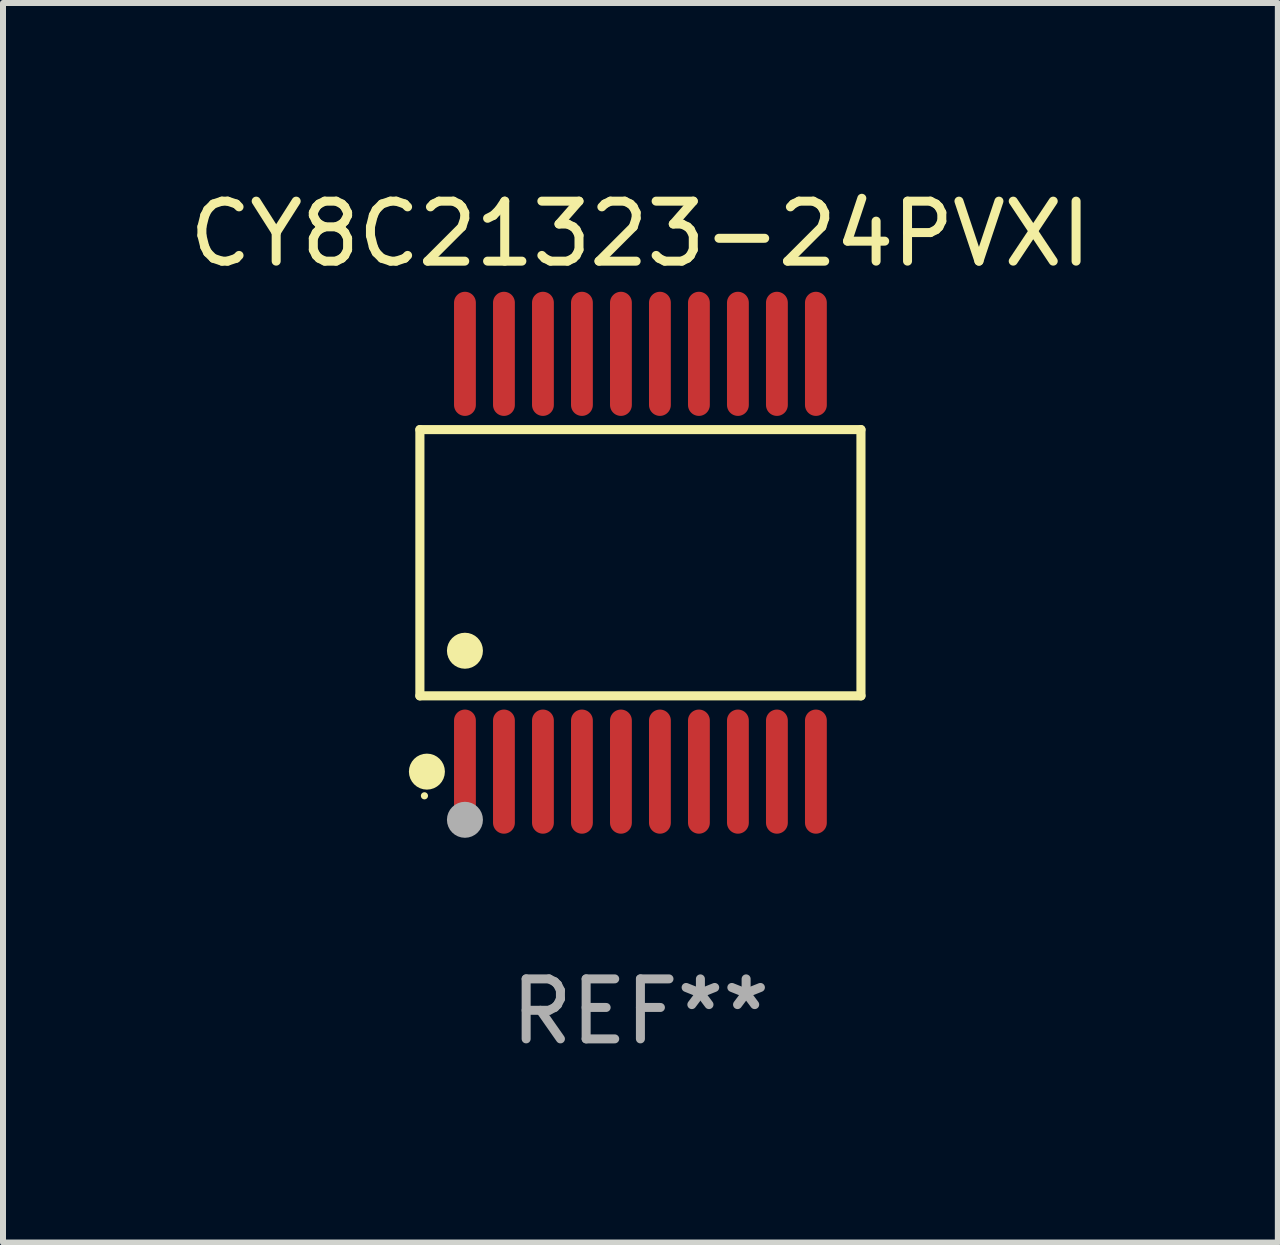
<source format=kicad_pcb>
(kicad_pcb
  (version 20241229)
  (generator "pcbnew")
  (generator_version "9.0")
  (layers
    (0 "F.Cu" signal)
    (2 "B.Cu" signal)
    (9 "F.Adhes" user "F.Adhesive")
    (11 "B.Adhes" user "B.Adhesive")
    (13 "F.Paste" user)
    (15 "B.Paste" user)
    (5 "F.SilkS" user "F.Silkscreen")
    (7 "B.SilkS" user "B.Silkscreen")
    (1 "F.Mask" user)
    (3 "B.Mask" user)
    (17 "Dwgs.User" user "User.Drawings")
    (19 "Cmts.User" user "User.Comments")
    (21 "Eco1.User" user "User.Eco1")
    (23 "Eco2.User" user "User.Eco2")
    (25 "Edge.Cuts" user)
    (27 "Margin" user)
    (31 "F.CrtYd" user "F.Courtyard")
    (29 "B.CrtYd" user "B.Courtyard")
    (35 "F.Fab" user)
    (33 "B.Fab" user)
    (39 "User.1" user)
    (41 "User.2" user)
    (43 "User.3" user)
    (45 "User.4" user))
  (footprint "CY8C21323-24PVXI"
    (layer "F.Cu")
    (at 7.625 6.33)
    (property "Reference" "CY8C21323-24PVXI" (at 0 -5.482 0) (layer "F.SilkS") (effects (font (size 1 1) (thickness 0.15))))
    (attr through_hole)
    (fp_line (start -3.676 -2.219) (end 3.676 -2.219) (stroke (width 0.152) (type solid)) (layer "F.SilkS"))
    (fp_line (start -3.676 2.219) (end -3.676 -2.219) (stroke (width 0.152) (type solid)) (layer "F.SilkS"))
    (fp_line (start 3.676 -2.219) (end 3.676 2.219) (stroke (width 0.152) (type solid)) (layer "F.SilkS"))
    (fp_line (start 3.676 2.219) (end -3.676 2.219) (stroke (width 0.152) (type solid)) (layer "F.SilkS"))
    (fp_circle (center -3.6 3.885) (end -3.57 3.885) (stroke (width 0.06) (type solid)) (fill no) (layer "F.SilkS"))
    (fp_circle (center -3.559 3.482) (end -3.409 3.482) (stroke (width 0.3) (type solid)) (fill no) (layer "F.SilkS"))
    (fp_circle (center -2.925 1.467) (end -2.775 1.467) (stroke (width 0.3) (type solid)) (fill no) (layer "F.SilkS"))
    (fp_circle (center -2.925 4.285) (end -2.775 4.285) (stroke (width 0.3) (type solid)) (fill no) (layer "F.Fab"))
    (fp_text user "REF**" (at 0 7.482 0) (layer "F.Fab") (effects (font (size 1 1) (thickness 0.15))))
    (pad "1" smd oval (at -2.925 3.482) (size 0.364 2.069) (layers "F.Cu" "F.Mask" "F.Paste"))
    (pad "2" smd oval (at -2.275 3.482) (size 0.364 2.069) (layers "F.Cu" "F.Mask" "F.Paste"))
    (pad "3" smd oval (at -1.625 3.482) (size 0.364 2.069) (layers "F.Cu" "F.Mask" "F.Paste"))
    (pad "4" smd oval (at -0.975 3.482) (size 0.364 2.069) (layers "F.Cu" "F.Mask" "F.Paste"))
    (pad "5" smd oval (at -0.325 3.482) (size 0.364 2.069) (layers "F.Cu" "F.Mask" "F.Paste"))
    (pad "6" smd oval (at 0.325 3.482) (size 0.364 2.069) (layers "F.Cu" "F.Mask" "F.Paste"))
    (pad "7" smd oval (at 0.975 3.482) (size 0.364 2.069) (layers "F.Cu" "F.Mask" "F.Paste"))
    (pad "8" smd oval (at 1.625 3.482) (size 0.364 2.069) (layers "F.Cu" "F.Mask" "F.Paste"))
    (pad "9" smd oval (at 2.275 3.482) (size 0.364 2.069) (layers "F.Cu" "F.Mask" "F.Paste"))
    (pad "10" smd oval (at 2.925 3.482) (size 0.364 2.069) (layers "F.Cu" "F.Mask" "F.Paste"))
    (pad "11" smd oval (at 2.925 -3.482) (size 0.364 2.069) (layers "F.Cu" "F.Mask" "F.Paste"))
    (pad "12" smd oval (at 2.275 -3.482) (size 0.364 2.069) (layers "F.Cu" "F.Mask" "F.Paste"))
    (pad "13" smd oval (at 1.625 -3.482) (size 0.364 2.069) (layers "F.Cu" "F.Mask" "F.Paste"))
    (pad "14" smd oval (at 0.975 -3.482) (size 0.364 2.069) (layers "F.Cu" "F.Mask" "F.Paste"))
    (pad "15" smd oval (at 0.325 -3.482) (size 0.364 2.069) (layers "F.Cu" "F.Mask" "F.Paste"))
    (pad "16" smd oval (at -0.325 -3.482) (size 0.364 2.069) (layers "F.Cu" "F.Mask" "F.Paste"))
    (pad "17" smd oval (at -0.975 -3.482) (size 0.364 2.069) (layers "F.Cu" "F.Mask" "F.Paste"))
    (pad "18" smd oval (at -1.625 -3.482) (size 0.364 2.069) (layers "F.Cu" "F.Mask" "F.Paste"))
    (pad "19" smd oval (at -2.275 -3.482) (size 0.364 2.069) (layers "F.Cu" "F.Mask" "F.Paste"))
    (pad "20" smd oval (at -2.925 -3.482) (size 0.364 2.069) (layers "F.Cu" "F.Mask" "F.Paste")))
  (gr_rect
    (start -3 -3)
    (end 18.25 17.661)
    (stroke (width 0.1) (type default))
    (fill no)
    (layer "Edge.Cuts")))
</source>
